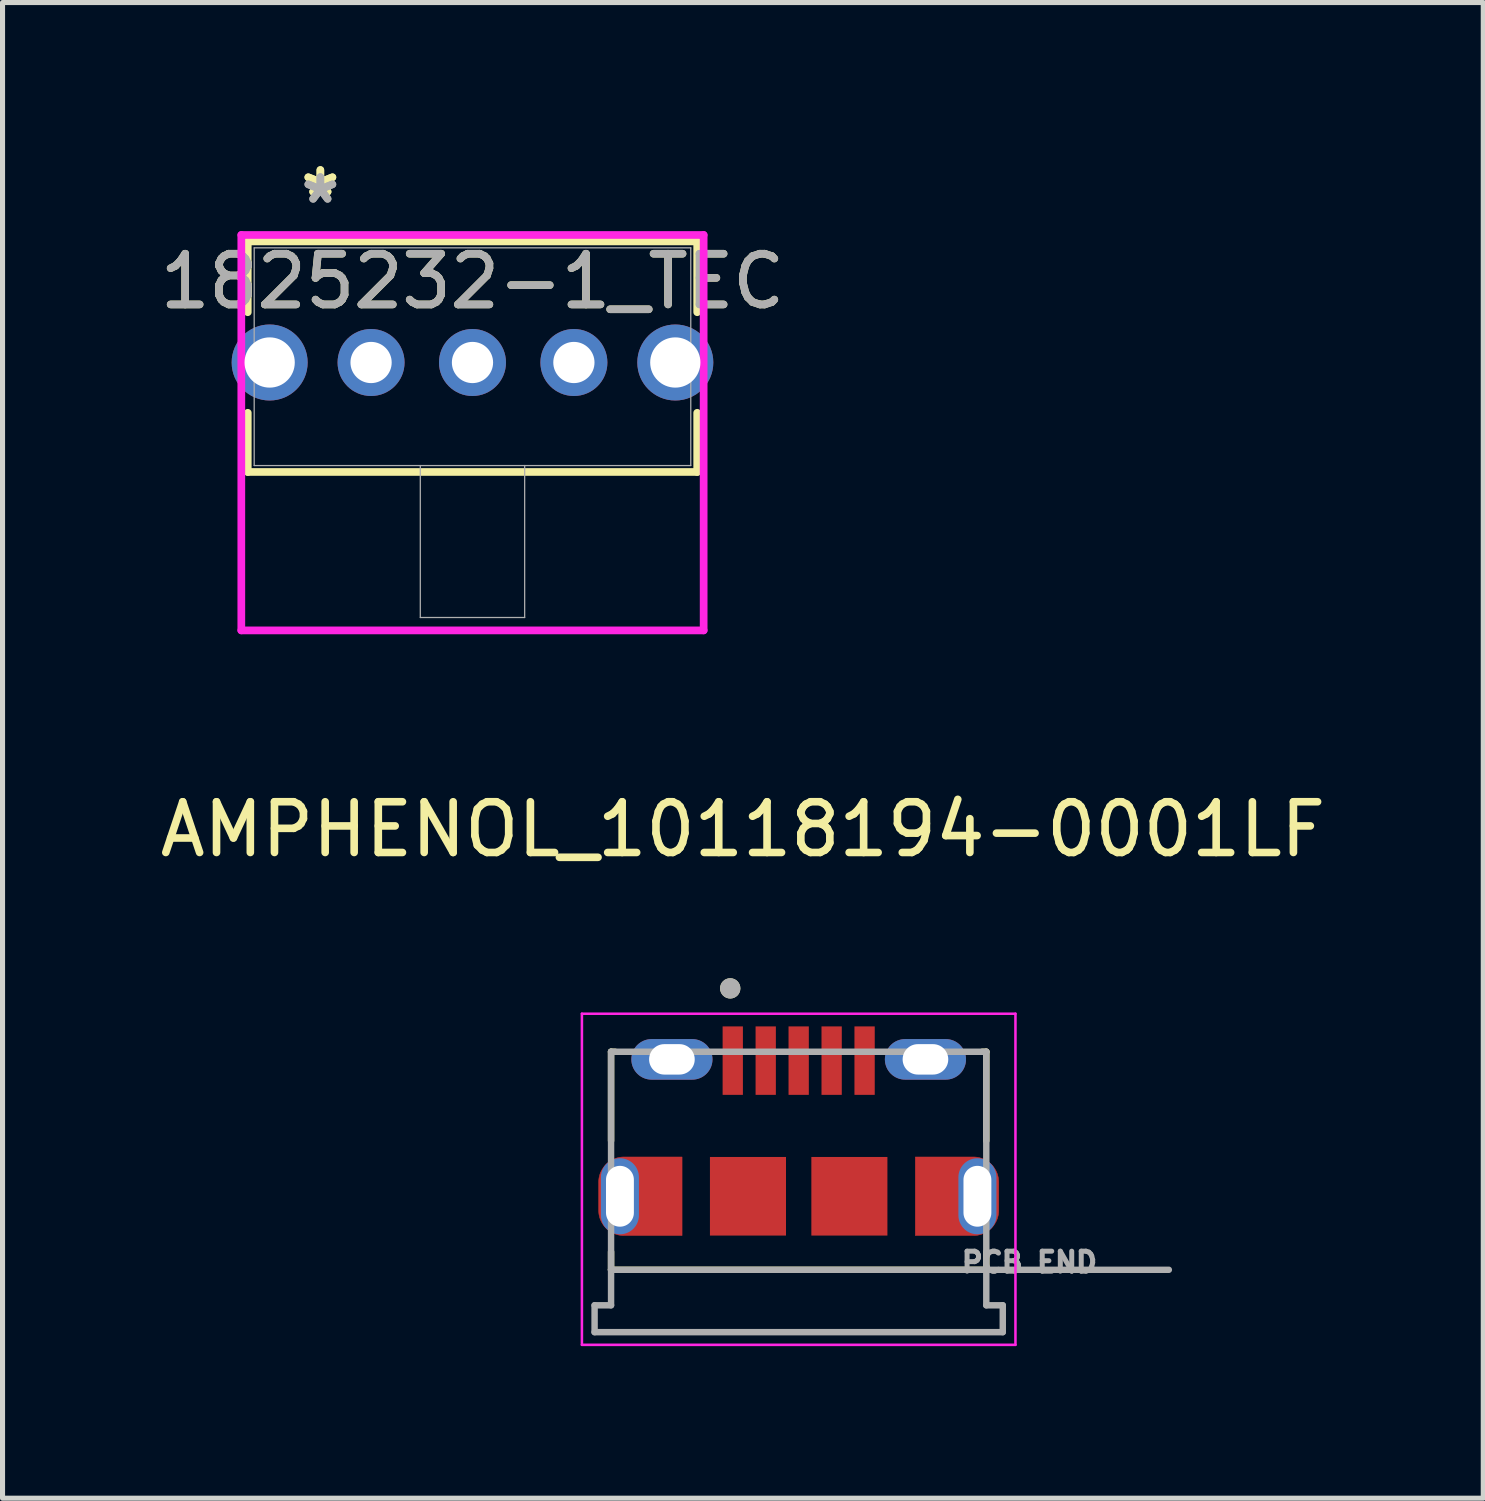
<source format=kicad_pcb>
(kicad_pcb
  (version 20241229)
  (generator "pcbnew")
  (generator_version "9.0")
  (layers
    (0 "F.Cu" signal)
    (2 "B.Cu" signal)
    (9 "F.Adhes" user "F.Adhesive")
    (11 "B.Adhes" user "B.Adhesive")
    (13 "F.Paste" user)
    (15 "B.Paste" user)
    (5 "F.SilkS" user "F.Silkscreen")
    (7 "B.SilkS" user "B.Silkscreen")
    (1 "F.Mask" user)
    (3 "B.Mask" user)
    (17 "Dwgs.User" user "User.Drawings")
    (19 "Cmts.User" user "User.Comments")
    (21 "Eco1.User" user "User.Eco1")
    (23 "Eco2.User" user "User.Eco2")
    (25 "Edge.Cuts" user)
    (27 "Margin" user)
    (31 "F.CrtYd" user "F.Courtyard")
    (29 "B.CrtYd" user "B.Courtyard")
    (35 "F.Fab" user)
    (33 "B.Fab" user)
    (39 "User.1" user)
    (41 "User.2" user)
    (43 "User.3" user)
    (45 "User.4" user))
  (footprint "1825232-1_TEC"
    (layer "F.Cu")
    (at 4.268 4.099)
    (property "Reference" "1825232-1_TEC" (at 2 -1.6 0) (unlocked yes) (layer "F.SilkS") (effects (font (size 1 1) (thickness 0.15))))
    (attr through_hole)
    (fp_line (start -2.432 -2.388) (end -2.432 -0.992) (stroke (width 0.152) (type solid)) (layer "F.SilkS"))
    (fp_line (start -2.432 0.992) (end -2.432 2.159) (stroke (width 0.152) (type solid)) (layer "F.SilkS"))
    (fp_line (start -2.432 2.159) (end 6.432 2.159) (stroke (width 0.152) (type solid)) (layer "F.SilkS"))
    (fp_line (start 6.432 -2.388) (end -2.432 -2.388) (stroke (width 0.152) (type solid)) (layer "F.SilkS"))
    (fp_line (start 6.432 -0.992) (end 6.432 -2.388) (stroke (width 0.152) (type solid)) (layer "F.SilkS"))
    (fp_line (start 6.432 2.159) (end 6.432 0.992) (stroke (width 0.152) (type solid)) (layer "F.SilkS"))
    (fp_line (start -2.559 -2.515) (end -2.559 5.283) (stroke (width 0.152) (type solid)) (layer "F.CrtYd"))
    (fp_line (start -2.559 5.283) (end 6.559 5.283) (stroke (width 0.152) (type solid)) (layer "F.CrtYd"))
    (fp_line (start 6.559 -2.515) (end -2.559 -2.515) (stroke (width 0.152) (type solid)) (layer "F.CrtYd"))
    (fp_line (start 6.559 5.283) (end 6.559 -2.515) (stroke (width 0.152) (type solid)) (layer "F.CrtYd"))
    (fp_line (start -2.305 -2.261) (end -2.305 2.032) (stroke (width 0.025) (type solid)) (layer "F.Fab"))
    (fp_line (start -2.305 2.032) (end 6.305 2.032) (stroke (width 0.025) (type solid)) (layer "F.Fab"))
    (fp_line (start 0.971 2.032) (end 0.971 5.029) (stroke (width 0.025) (type solid)) (layer "F.Fab"))
    (fp_line (start 0.971 5.029) (end 3.029 5.029) (stroke (width 0.025) (type solid)) (layer "F.Fab"))
    (fp_line (start 3.029 2.032) (end 3.029 5.029) (stroke (width 0.025) (type solid)) (layer "F.Fab"))
    (fp_line (start 6.305 -2.261) (end -2.305 -2.261) (stroke (width 0.025) (type solid)) (layer "F.Fab"))
    (fp_line (start 6.305 2.032) (end 6.305 -2.261) (stroke (width 0.025) (type solid)) (layer "F.Fab"))
    (fp_text user "*" (at -1 -3.251 0) (unlocked yes) (layer "F.SilkS") (effects (font (size 1 1) (thickness 0.15))))
    (fp_text user "*" (at -1 -3.251 0) (layer "F.SilkS") (effects (font (size 1 1) (thickness 0.15))))
    (fp_text user "*" (at -1 -3.111 0) (layer "F.Fab") (effects (font (size 1 1) (thickness 0.15))))
    (fp_text user "*" (at -1 -3.111 0) (unlocked yes) (layer "F.Fab") (effects (font (size 1 1) (thickness 0.15))))
    (fp_text user "${REFERENCE}" (at 2 -1.6 0) (unlocked yes) (layer "F.Fab") (effects (font (size 1 1) (thickness 0.15))))
    (pad "1" thru_hole circle (at 0 0) (size 1.321 1.321) (drill 0.813) (layers "*.Cu" "*.Mask"))
    (pad "2" thru_hole circle (at 2 0) (size 1.321 1.321) (drill 0.813) (layers "*.Cu" "*.Mask"))
    (pad "3" thru_hole circle (at 4 0) (size 1.321 1.321) (drill 0.813) (layers "*.Cu" "*.Mask"))
    (pad "4" thru_hole circle (at -2 0) (size 1.499 1.499) (drill 0.991) (layers "*.Cu" "*.Mask"))
    (pad "5" thru_hole circle (at 6 0) (size 1.499 1.499) (drill 0.991) (layers "*.Cu" "*.Mask")))
  (footprint "AMPHENOL_10118194-0001LF"
    (layer "F.Cu")
    (at 12.701 20.542)
    (property "Reference" "AMPHENOL_10118194-0001LF" (at -1.1 -7.235 0) (layer "F.SilkS") (effects (font (size 1 1) (thickness 0.15))))
    (attr smd)
    (fp_poly (pts (xy -2.3 -0.775) (xy -2.3 0.775) (xy -3.445 0.775) (xy -3.471 0.774) (xy -3.497 0.772) (xy -3.523 0.769) (xy -3.549 0.764) (xy -3.574 0.758) (xy -3.6 0.751) (xy -3.624 0.742) (xy -3.648 0.732) (xy -3.672 0.721) (xy -3.695 0.708) (xy -3.717 0.694) (xy -3.739 0.68) (xy -3.76 0.664) (xy -3.78 0.647) (xy -3.799 0.629) (xy -3.817 0.61) (xy -3.834 0.59) (xy -3.85 0.569) (xy -3.864 0.547) (xy -3.878 0.525) (xy -3.891 0.502) (xy -3.902 0.478) (xy -3.912 0.454) (xy -3.921 0.43) (xy -3.928 0.404) (xy -3.934 0.379) (xy -3.939 0.353) (xy -3.942 0.327) (xy -3.944 0.301) (xy -3.945 0.275) (xy -3.945 -0.275) (xy -3.944 -0.301) (xy -3.942 -0.327) (xy -3.939 -0.353) (xy -3.934 -0.379) (xy -3.928 -0.404) (xy -3.921 -0.43) (xy -3.912 -0.454) (xy -3.902 -0.478) (xy -3.891 -0.502) (xy -3.878 -0.525) (xy -3.864 -0.547) (xy -3.85 -0.569) (xy -3.834 -0.59) (xy -3.817 -0.61) (xy -3.799 -0.629) (xy -3.78 -0.647) (xy -3.76 -0.664) (xy -3.739 -0.68) (xy -3.717 -0.694) (xy -3.695 -0.708) (xy -3.672 -0.721) (xy -3.648 -0.732) (xy -3.624 -0.742) (xy -3.6 -0.751) (xy -3.574 -0.758) (xy -3.549 -0.764) (xy -3.523 -0.769) (xy -3.497 -0.772) (xy -3.471 -0.774) (xy -3.445 -0.775) (xy -2.3 -0.775)) (stroke (width 0.01) (type solid)) (fill yes) (layer "F.Cu"))
    (fp_poly (pts (xy 2.3 -0.775) (xy 2.3 0.775) (xy 3.445 0.775) (xy 3.471 0.774) (xy 3.497 0.772) (xy 3.523 0.769) (xy 3.549 0.764) (xy 3.574 0.758) (xy 3.6 0.751) (xy 3.624 0.742) (xy 3.648 0.732) (xy 3.672 0.721) (xy 3.695 0.708) (xy 3.717 0.694) (xy 3.739 0.68) (xy 3.76 0.664) (xy 3.78 0.647) (xy 3.799 0.629) (xy 3.817 0.61) (xy 3.834 0.59) (xy 3.85 0.569) (xy 3.864 0.547) (xy 3.878 0.525) (xy 3.891 0.502) (xy 3.902 0.478) (xy 3.912 0.454) (xy 3.921 0.43) (xy 3.928 0.404) (xy 3.934 0.379) (xy 3.939 0.353) (xy 3.942 0.327) (xy 3.944 0.301) (xy 3.945 0.275) (xy 3.945 -0.275) (xy 3.944 -0.301) (xy 3.942 -0.327) (xy 3.939 -0.353) (xy 3.934 -0.379) (xy 3.928 -0.404) (xy 3.921 -0.43) (xy 3.912 -0.454) (xy 3.902 -0.478) (xy 3.891 -0.502) (xy 3.878 -0.525) (xy 3.864 -0.547) (xy 3.85 -0.569) (xy 3.834 -0.59) (xy 3.817 -0.61) (xy 3.799 -0.629) (xy 3.78 -0.647) (xy 3.76 -0.664) (xy 3.739 -0.68) (xy 3.717 -0.694) (xy 3.695 -0.708) (xy 3.672 -0.721) (xy 3.648 -0.732) (xy 3.624 -0.742) (xy 3.6 -0.751) (xy 3.574 -0.758) (xy 3.549 -0.764) (xy 3.523 -0.769) (xy 3.497 -0.772) (xy 3.471 -0.774) (xy 3.445 -0.775) (xy 2.3 -0.775)) (stroke (width 0.01) (type solid)) (fill yes) (layer "F.Cu"))
    (fp_poly (pts (xy -2.2 0.875) (xy -3.545 0.875) (xy -3.571 0.874) (xy -3.597 0.872) (xy -3.623 0.869) (xy -3.649 0.864) (xy -3.674 0.858) (xy -3.7 0.851) (xy -3.724 0.842) (xy -3.748 0.832) (xy -3.772 0.821) (xy -3.795 0.808) (xy -3.817 0.794) (xy -3.839 0.78) (xy -3.86 0.764) (xy -3.88 0.747) (xy -3.899 0.729) (xy -3.917 0.71) (xy -3.934 0.69) (xy -3.95 0.669) (xy -3.964 0.647) (xy -3.978 0.625) (xy -3.991 0.602) (xy -4.002 0.578) (xy -4.012 0.554) (xy -4.021 0.53) (xy -4.028 0.504) (xy -4.034 0.479) (xy -4.039 0.453) (xy -4.042 0.427) (xy -4.044 0.401) (xy -4.045 0.375) (xy -4.045 -0.375) (xy -4.044 -0.401) (xy -4.042 -0.427) (xy -4.039 -0.453) (xy -4.034 -0.479) (xy -4.028 -0.504) (xy -4.021 -0.53) (xy -4.012 -0.554) (xy -4.002 -0.578) (xy -3.991 -0.602) (xy -3.978 -0.625) (xy -3.964 -0.647) (xy -3.95 -0.669) (xy -3.934 -0.69) (xy -3.917 -0.71) (xy -3.899 -0.729) (xy -3.88 -0.747) (xy -3.86 -0.764) (xy -3.839 -0.78) (xy -3.817 -0.794) (xy -3.795 -0.808) (xy -3.772 -0.821) (xy -3.748 -0.832) (xy -3.724 -0.842) (xy -3.7 -0.851) (xy -3.674 -0.858) (xy -3.649 -0.864) (xy -3.623 -0.869) (xy -3.597 -0.872) (xy -3.571 -0.874) (xy -3.545 -0.875) (xy -2.2 -0.875) (xy -2.2 0.875)) (stroke (width 0.01) (type solid)) (fill yes) (layer "F.Mask"))
    (fp_poly (pts (xy 2.2 -0.875) (xy 3.545 -0.875) (xy 3.571 -0.874) (xy 3.597 -0.872) (xy 3.623 -0.869) (xy 3.649 -0.864) (xy 3.674 -0.858) (xy 3.7 -0.851) (xy 3.724 -0.842) (xy 3.748 -0.832) (xy 3.772 -0.821) (xy 3.795 -0.808) (xy 3.817 -0.794) (xy 3.839 -0.78) (xy 3.86 -0.764) (xy 3.88 -0.747) (xy 3.899 -0.729) (xy 3.917 -0.71) (xy 3.934 -0.69) (xy 3.95 -0.669) (xy 3.964 -0.647) (xy 3.978 -0.625) (xy 3.991 -0.602) (xy 4.002 -0.578) (xy 4.012 -0.554) (xy 4.021 -0.53) (xy 4.028 -0.504) (xy 4.034 -0.479) (xy 4.039 -0.453) (xy 4.042 -0.427) (xy 4.044 -0.401) (xy 4.045 -0.375) (xy 4.045 0.375) (xy 4.044 0.401) (xy 4.042 0.427) (xy 4.039 0.453) (xy 4.034 0.479) (xy 4.028 0.504) (xy 4.021 0.53) (xy 4.012 0.554) (xy 4.002 0.578) (xy 3.991 0.602) (xy 3.978 0.625) (xy 3.964 0.647) (xy 3.95 0.669) (xy 3.934 0.69) (xy 3.917 0.71) (xy 3.899 0.729) (xy 3.88 0.747) (xy 3.86 0.764) (xy 3.839 0.78) (xy 3.817 0.794) (xy 3.795 0.808) (xy 3.772 0.821) (xy 3.748 0.832) (xy 3.724 0.842) (xy 3.7 0.851) (xy 3.674 0.858) (xy 3.649 0.864) (xy 3.623 0.869) (xy 3.597 0.872) (xy 3.571 0.874) (xy 3.545 0.875) (xy 2.2 0.875) (xy 2.2 -0.875)) (stroke (width 0.01) (type solid)) (fill yes) (layer "F.Mask"))
    (fp_line (start -3.7 -2.85) (end -3.7 -1.095) (stroke (width 0.127) (type solid)) (layer "F.SilkS"))
    (fp_line (start -3.7 -2.85) (end -3.62 -2.85) (stroke (width 0.127) (type solid)) (layer "F.SilkS"))
    (fp_line (start -3.7 1.45) (end -3.7 1.095) (stroke (width 0.127) (type solid)) (layer "F.SilkS"))
    (fp_line (start -3.7 1.45) (end 3.7 1.45) (stroke (width 0.127) (type solid)) (layer "F.SilkS"))
    (fp_line (start 3.62 -2.85) (end 3.7 -2.85) (stroke (width 0.127) (type solid)) (layer "F.SilkS"))
    (fp_line (start 3.7 -1.095) (end 3.7 -2.85) (stroke (width 0.127) (type solid)) (layer "F.SilkS"))
    (fp_line (start 3.7 1.45) (end 3.7 1.095) (stroke (width 0.127) (type solid)) (layer "F.SilkS"))
    (fp_circle (center -1.35 -4.1) (end -1.25 -4.1) (stroke (width 0.2) (type solid)) (fill no) (layer "F.SilkS"))
    (fp_poly (pts (xy -2.3 -0.775) (xy -2.3 0.775) (xy -3.445 0.775) (xy -3.471 0.774) (xy -3.497 0.772) (xy -3.523 0.769) (xy -3.549 0.764) (xy -3.574 0.758) (xy -3.6 0.751) (xy -3.624 0.742) (xy -3.648 0.732) (xy -3.672 0.721) (xy -3.695 0.708) (xy -3.717 0.694) (xy -3.739 0.68) (xy -3.76 0.664) (xy -3.78 0.647) (xy -3.799 0.629) (xy -3.817 0.61) (xy -3.834 0.59) (xy -3.85 0.569) (xy -3.864 0.547) (xy -3.878 0.525) (xy -3.891 0.502) (xy -3.902 0.478) (xy -3.912 0.454) (xy -3.921 0.43) (xy -3.928 0.404) (xy -3.934 0.379) (xy -3.939 0.353) (xy -3.942 0.327) (xy -3.944 0.301) (xy -3.945 0.275) (xy -3.945 -0.275) (xy -3.944 -0.301) (xy -3.942 -0.327) (xy -3.939 -0.353) (xy -3.934 -0.379) (xy -3.928 -0.404) (xy -3.921 -0.43) (xy -3.912 -0.454) (xy -3.902 -0.478) (xy -3.891 -0.502) (xy -3.878 -0.525) (xy -3.864 -0.547) (xy -3.85 -0.569) (xy -3.834 -0.59) (xy -3.817 -0.61) (xy -3.799 -0.629) (xy -3.78 -0.647) (xy -3.76 -0.664) (xy -3.739 -0.68) (xy -3.717 -0.694) (xy -3.695 -0.708) (xy -3.672 -0.721) (xy -3.648 -0.732) (xy -3.624 -0.742) (xy -3.6 -0.751) (xy -3.574 -0.758) (xy -3.549 -0.764) (xy -3.523 -0.769) (xy -3.497 -0.772) (xy -3.471 -0.774) (xy -3.445 -0.775) (xy -2.3 -0.775)) (stroke (width 0.01) (type solid)) (fill yes) (layer "F.Paste"))
    (fp_poly (pts (xy 2.3 -0.775) (xy 2.3 0.775) (xy 3.445 0.775) (xy 3.471 0.774) (xy 3.497 0.772) (xy 3.523 0.769) (xy 3.549 0.764) (xy 3.574 0.758) (xy 3.6 0.751) (xy 3.624 0.742) (xy 3.648 0.732) (xy 3.672 0.721) (xy 3.695 0.708) (xy 3.717 0.694) (xy 3.739 0.68) (xy 3.76 0.664) (xy 3.78 0.647) (xy 3.799 0.629) (xy 3.817 0.61) (xy 3.834 0.59) (xy 3.85 0.569) (xy 3.864 0.547) (xy 3.878 0.525) (xy 3.891 0.502) (xy 3.902 0.478) (xy 3.912 0.454) (xy 3.921 0.43) (xy 3.928 0.404) (xy 3.934 0.379) (xy 3.939 0.353) (xy 3.942 0.327) (xy 3.944 0.301) (xy 3.945 0.275) (xy 3.945 -0.275) (xy 3.944 -0.301) (xy 3.942 -0.327) (xy 3.939 -0.353) (xy 3.934 -0.379) (xy 3.928 -0.404) (xy 3.921 -0.43) (xy 3.912 -0.454) (xy 3.902 -0.478) (xy 3.891 -0.502) (xy 3.878 -0.525) (xy 3.864 -0.547) (xy 3.85 -0.569) (xy 3.834 -0.59) (xy 3.817 -0.61) (xy 3.799 -0.629) (xy 3.78 -0.647) (xy 3.76 -0.664) (xy 3.739 -0.68) (xy 3.717 -0.694) (xy 3.695 -0.708) (xy 3.672 -0.721) (xy 3.648 -0.732) (xy 3.624 -0.742) (xy 3.6 -0.751) (xy 3.574 -0.758) (xy 3.549 -0.764) (xy 3.523 -0.769) (xy 3.497 -0.772) (xy 3.471 -0.774) (xy 3.445 -0.775) (xy 2.3 -0.775)) (stroke (width 0.01) (type solid)) (fill yes) (layer "F.Paste"))
    (fp_line (start -4.275 -3.6) (end -4.275 2.93) (stroke (width 0.05) (type solid)) (layer "F.CrtYd"))
    (fp_line (start -4.275 2.93) (end 4.275 2.93) (stroke (width 0.05) (type solid)) (layer "F.CrtYd"))
    (fp_line (start 4.275 -3.6) (end -4.275 -3.6) (stroke (width 0.05) (type solid)) (layer "F.CrtYd"))
    (fp_line (start 4.275 2.93) (end 4.275 -3.6) (stroke (width 0.05) (type solid)) (layer "F.CrtYd"))
    (fp_line (start -4.025 2.15) (end -4.025 2.68) (stroke (width 0.127) (type solid)) (layer "F.Fab"))
    (fp_line (start -4.025 2.68) (end 4.025 2.68) (stroke (width 0.127) (type solid)) (layer "F.Fab"))
    (fp_line (start -3.7 -2.85) (end -3.7 1.45) (stroke (width 0.127) (type solid)) (layer "F.Fab"))
    (fp_line (start -3.7 -2.85) (end 3.7 -2.85) (stroke (width 0.127) (type solid)) (layer "F.Fab"))
    (fp_line (start -3.7 1.45) (end -3.7 2.15) (stroke (width 0.127) (type solid)) (layer "F.Fab"))
    (fp_line (start -3.7 1.45) (end 3.7 1.45) (stroke (width 0.127) (type solid)) (layer "F.Fab"))
    (fp_line (start -3.7 2.15) (end -4.025 2.15) (stroke (width 0.127) (type solid)) (layer "F.Fab"))
    (fp_line (start 3.7 1.45) (end 3.7 -2.85) (stroke (width 0.127) (type solid)) (layer "F.Fab"))
    (fp_line (start 3.7 1.45) (end 7.3 1.45) (stroke (width 0.127) (type solid)) (layer "F.Fab"))
    (fp_line (start 3.7 2.15) (end 3.7 1.45) (stroke (width 0.127) (type solid)) (layer "F.Fab"))
    (fp_line (start 4.025 2.15) (end 3.7 2.15) (stroke (width 0.127) (type solid)) (layer "F.Fab"))
    (fp_line (start 4.025 2.68) (end 4.025 2.15) (stroke (width 0.127) (type solid)) (layer "F.Fab"))
    (fp_circle (center -1.35 -4.1) (end -1.25 -4.1) (stroke (width 0.2) (type solid)) (fill no) (layer "F.Fab"))
    (fp_text user "PCB END" (at 4.55 1.3 0) (layer "F.Fab") (effects (font (size 0.394 0.394) (thickness 0.15))))
    (pad "1" smd rect (at -1.3 -2.675) (size 0.4 1.35) (layers "F.Cu" "F.Mask" "F.Paste"))
    (pad "2" smd rect (at -0.65 -2.675) (size 0.4 1.35) (layers "F.Cu" "F.Mask" "F.Paste"))
    (pad "3" smd rect (at 0 -2.675) (size 0.4 1.35) (layers "F.Cu" "F.Mask" "F.Paste"))
    (pad "4" smd rect (at 0.65 -2.675) (size 0.4 1.35) (layers "F.Cu" "F.Mask" "F.Paste"))
    (pad "5" smd rect (at 1.3 -2.675) (size 0.4 1.35) (layers "F.Cu" "F.Mask" "F.Paste"))
    (pad "S1" thru_hole oval (at -2.5 -2.7) (size 1.6 0.8) (drill oval 0.9 0.6) (layers "*.Cu" "*.Mask"))
    (pad "S2" thru_hole oval (at 2.5 -2.7) (size 1.6 0.8) (drill oval 0.9 0.6) (layers "*.Cu" "*.Mask"))
    (pad "S3" thru_hole oval (at -3.525 0) (size 0.75 1.5) (drill oval 0.55 1.2) (layers "*.Cu" "*.Mask"))
    (pad "S4" smd rect (at -1 0) (size 1.5 1.55) (layers "F.Cu" "F.Mask" "F.Paste"))
    (pad "S5" smd rect (at 1 0) (size 1.5 1.55) (layers "F.Cu" "F.Mask" "F.Paste"))
    (pad "S6" thru_hole oval (at 3.525 0) (size 0.75 1.5) (drill oval 0.55 1.2) (layers "*.Cu" "*.Mask")))
  (gr_rect
    (start -3 -3)
    (end 26.202 26.497)
    (stroke (width 0.1) (type default))
    (fill no)
    (layer "Edge.Cuts")))
</source>
